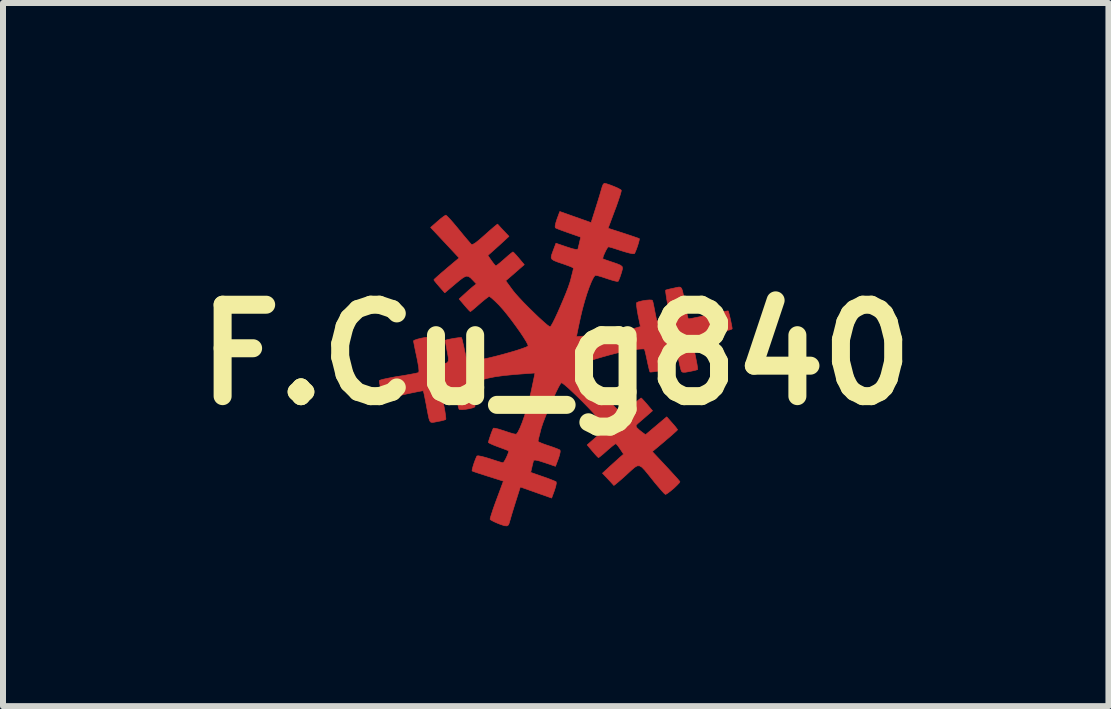
<source format=kicad_pcb>
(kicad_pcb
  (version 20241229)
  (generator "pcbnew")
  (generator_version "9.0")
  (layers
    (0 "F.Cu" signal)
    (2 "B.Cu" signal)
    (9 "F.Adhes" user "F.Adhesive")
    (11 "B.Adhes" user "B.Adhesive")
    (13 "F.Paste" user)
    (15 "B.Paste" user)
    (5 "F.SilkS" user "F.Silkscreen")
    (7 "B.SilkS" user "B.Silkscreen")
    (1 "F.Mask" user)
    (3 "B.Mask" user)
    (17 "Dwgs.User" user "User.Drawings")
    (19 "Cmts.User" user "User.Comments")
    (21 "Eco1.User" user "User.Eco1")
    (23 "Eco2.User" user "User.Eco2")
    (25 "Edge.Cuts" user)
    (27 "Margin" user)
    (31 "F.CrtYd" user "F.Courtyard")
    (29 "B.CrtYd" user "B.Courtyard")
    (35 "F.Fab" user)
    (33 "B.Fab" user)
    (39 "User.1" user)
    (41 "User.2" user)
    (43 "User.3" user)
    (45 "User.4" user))
  (footprint "F.Cu_g840"
    (layer "F.Cu")
    (at 6.212 2.863)
    (property "Reference" "F.Cu_g840" (at 0 0 0) (layer "F.SilkS") (effects (font (size 1.524 1.524) (thickness 0.3))))
    (attr through_hole)
    (fp_poly (pts (xy 0.849 -2.85) (xy 0.908 -2.83) (xy 0.975 -2.804) (xy 1.037 -2.777) (xy 1.08 -2.753) (xy 1.093 -2.742) (xy 1.089 -2.715) (xy 1.072 -2.656) (xy 1.044 -2.572) (xy 1.009 -2.471) (xy 0.987 -2.414) (xy 0.873 -2.109) (xy 1.13 -2.026) (xy 1.227 -1.994) (xy 1.309 -1.966) (xy 1.367 -1.946) (xy 1.393 -1.936) (xy 1.394 -1.936) (xy 1.392 -1.913) (xy 1.38 -1.865) (xy 1.361 -1.804) (xy 1.339 -1.745) (xy 1.32 -1.7) (xy 1.312 -1.686) (xy 1.286 -1.684) (xy 1.229 -1.695) (xy 1.152 -1.716) (xy 1.097 -1.733) (xy 1.011 -1.761) (xy 0.939 -1.784) (xy 0.891 -1.797) (xy 0.878 -1.799) (xy 0.861 -1.782) (xy 0.836 -1.739) (xy 0.811 -1.686) (xy 0.791 -1.637) (xy 0.784 -1.604) (xy 0.786 -1.6) (xy 0.808 -1.59) (xy 0.86 -1.572) (xy 0.93 -1.548) (xy 0.931 -1.548) (xy 1.022 -1.517) (xy 1.079 -1.493) (xy 1.108 -1.469) (xy 1.113 -1.437) (xy 1.102 -1.391) (xy 1.09 -1.352) (xy 1.068 -1.287) (xy 1.048 -1.239) (xy 1.04 -1.224) (xy 1.015 -1.224) (xy 0.961 -1.236) (xy 0.887 -1.259) (xy 0.85 -1.271) (xy 0.77 -1.298) (xy 0.704 -1.317) (xy 0.664 -1.324) (xy 0.657 -1.324) (xy 0.631 -1.29) (xy 0.597 -1.223) (xy 0.559 -1.129) (xy 0.519 -1.015) (xy 0.48 -0.888) (xy 0.444 -0.756) (xy 0.415 -0.635) (xy 0.391 -0.523) (xy 0.371 -0.428) (xy 0.356 -0.355) (xy 0.348 -0.312) (xy 0.347 -0.303) (xy 0.368 -0.304) (xy 0.423 -0.308) (xy 0.507 -0.314) (xy 0.612 -0.322) (xy 0.693 -0.329) (xy 0.878 -0.347) (xy 1.03 -0.369) (xy 1.158 -0.396) (xy 1.224 -0.414) (xy 1.412 -0.47) (xy 1.372 -0.662) (xy 1.357 -0.748) (xy 1.348 -0.817) (xy 1.346 -0.86) (xy 1.349 -0.869) (xy 1.383 -0.884) (xy 1.439 -0.898) (xy 1.504 -0.909) (xy 1.564 -0.914) (xy 1.603 -0.911) (xy 1.611 -0.907) (xy 1.621 -0.877) (xy 1.634 -0.817) (xy 1.649 -0.741) (xy 1.65 -0.734) (xy 1.665 -0.658) (xy 1.677 -0.599) (xy 1.685 -0.569) (xy 1.685 -0.568) (xy 1.707 -0.567) (xy 1.754 -0.575) (xy 1.811 -0.589) (xy 1.863 -0.605) (xy 1.895 -0.619) (xy 1.898 -0.621) (xy 1.897 -0.643) (xy 1.89 -0.698) (xy 1.877 -0.777) (xy 1.864 -0.848) (xy 1.848 -0.939) (xy 1.837 -1.014) (xy 1.831 -1.062) (xy 1.832 -1.077) (xy 1.855 -1.085) (xy 1.907 -1.098) (xy 1.968 -1.111) (xy 2.019 -1.123) (xy 2.055 -1.129) (xy 2.081 -1.125) (xy 2.099 -1.104) (xy 2.114 -1.062) (xy 2.129 -0.992) (xy 2.148 -0.888) (xy 2.159 -0.828) (xy 2.177 -0.737) (xy 2.192 -0.662) (xy 2.204 -0.614) (xy 2.209 -0.599) (xy 2.231 -0.601) (xy 2.287 -0.611) (xy 2.371 -0.628) (xy 2.474 -0.65) (xy 2.542 -0.665) (xy 2.653 -0.69) (xy 2.749 -0.71) (xy 2.822 -0.724) (xy 2.866 -0.731) (xy 2.875 -0.73) (xy 2.883 -0.707) (xy 2.896 -0.656) (xy 2.912 -0.589) (xy 2.926 -0.521) (xy 2.937 -0.464) (xy 2.941 -0.433) (xy 2.922 -0.421) (xy 2.867 -0.406) (xy 2.782 -0.388) (xy 2.676 -0.368) (xy 2.625 -0.36) (xy 2.513 -0.342) (xy 2.415 -0.324) (xy 2.34 -0.31) (xy 2.294 -0.299) (xy 2.286 -0.296) (xy 2.279 -0.268) (xy 2.286 -0.201) (xy 2.305 -0.093) (xy 2.319 -0.023) (xy 2.339 0.076) (xy 2.355 0.159) (xy 2.364 0.218) (xy 2.366 0.244) (xy 2.366 0.245) (xy 2.342 0.254) (xy 2.289 0.267) (xy 2.235 0.278) (xy 2.161 0.291) (xy 2.118 0.291) (xy 2.098 0.279) (xy 2.097 0.277) (xy 2.086 0.247) (xy 2.07 0.185) (xy 2.052 0.102) (xy 2.042 0.052) (xy 2.002 -0.148) (xy 1.917 -0.148) (xy 1.85 -0.145) (xy 1.809 -0.133) (xy 1.79 -0.104) (xy 1.79 -0.05) (xy 1.804 0.036) (xy 1.81 0.062) (xy 1.825 0.142) (xy 1.835 0.204) (xy 1.839 0.238) (xy 1.838 0.242) (xy 1.812 0.251) (xy 1.76 0.262) (xy 1.695 0.274) (xy 1.633 0.283) (xy 1.587 0.288) (xy 1.571 0.287) (xy 1.562 0.263) (xy 1.549 0.208) (xy 1.531 0.131) (xy 1.524 0.095) (xy 1.506 0.013) (xy 1.491 -0.052) (xy 1.48 -0.09) (xy 1.478 -0.096) (xy 1.454 -0.098) (xy 1.398 -0.095) (xy 1.321 -0.088) (xy 1.279 -0.083) (xy 1.209 -0.072) (xy 1.114 -0.052) (xy 1.003 -0.025) (xy 0.885 0.006) (xy 0.767 0.039) (xy 0.658 0.071) (xy 0.565 0.101) (xy 0.497 0.127) (xy 0.462 0.145) (xy 0.461 0.146) (xy 0.465 0.168) (xy 0.492 0.218) (xy 0.535 0.289) (xy 0.592 0.374) (xy 0.657 0.467) (xy 0.726 0.562) (xy 0.794 0.653) (xy 0.858 0.733) (xy 0.913 0.796) (xy 0.927 0.811) (xy 1.003 0.888) (xy 1.057 0.935) (xy 1.101 0.955) (xy 1.142 0.949) (xy 1.191 0.917) (xy 1.256 0.86) (xy 1.27 0.848) (xy 1.334 0.792) (xy 1.386 0.748) (xy 1.418 0.723) (xy 1.424 0.72) (xy 1.441 0.735) (xy 1.477 0.774) (xy 1.523 0.826) (xy 1.613 0.933) (xy 1.514 1.02) (xy 1.453 1.073) (xy 1.398 1.12) (xy 1.37 1.144) (xy 1.34 1.174) (xy 1.342 1.2) (xy 1.353 1.216) (xy 1.392 1.253) (xy 1.44 1.291) (xy 1.497 1.332) (xy 1.85 1.034) (xy 1.94 1.136) (xy 1.987 1.19) (xy 2.019 1.231) (xy 2.031 1.249) (xy 2.016 1.266) (xy 1.974 1.304) (xy 1.912 1.359) (xy 1.835 1.424) (xy 1.821 1.437) (xy 1.61 1.614) (xy 1.837 1.856) (xy 1.915 1.94) (xy 1.982 2.014) (xy 2.034 2.071) (xy 2.064 2.107) (xy 2.07 2.115) (xy 2.058 2.136) (xy 2.022 2.174) (xy 1.973 2.221) (xy 1.918 2.267) (xy 1.869 2.305) (xy 1.835 2.326) (xy 1.829 2.327) (xy 1.809 2.312) (xy 1.769 2.269) (xy 1.713 2.204) (xy 1.647 2.126) (xy 1.63 2.104) (xy 1.545 1.998) (xy 1.482 1.921) (xy 1.434 1.872) (xy 1.394 1.85) (xy 1.356 1.852) (xy 1.313 1.878) (xy 1.258 1.926) (xy 1.184 1.994) (xy 1.176 2.002) (xy 1.1 2.07) (xy 1.036 2.125) (xy 0.99 2.163) (xy 0.969 2.178) (xy 0.968 2.177) (xy 0.952 2.159) (xy 0.915 2.118) (xy 0.871 2.071) (xy 0.779 1.974) (xy 0.882 1.879) (xy 0.95 1.817) (xy 1.018 1.756) (xy 1.057 1.72) (xy 1.131 1.656) (xy 1.073 1.569) (xy 1.037 1.518) (xy 1.009 1.487) (xy 1 1.482) (xy 0.978 1.495) (xy 0.933 1.53) (xy 0.874 1.58) (xy 0.854 1.598) (xy 0.793 1.652) (xy 0.744 1.692) (xy 0.716 1.713) (xy 0.713 1.714) (xy 0.695 1.7) (xy 0.658 1.66) (xy 0.613 1.608) (xy 0.524 1.502) (xy 0.617 1.421) (xy 0.681 1.365) (xy 0.743 1.311) (xy 0.771 1.287) (xy 0.833 1.234) (xy 0.715 1.073) (xy 0.672 1.02) (xy 0.61 0.95) (xy 0.534 0.87) (xy 0.45 0.784) (xy 0.363 0.698) (xy 0.28 0.619) (xy 0.206 0.55) (xy 0.146 0.499) (xy 0.107 0.47) (xy 0.096 0.466) (xy 0.079 0.484) (xy 0.049 0.535) (xy 0.011 0.611) (xy -0.033 0.706) (xy -0.081 0.812) (xy -0.128 0.921) (xy -0.171 1.028) (xy -0.209 1.125) (xy -0.236 1.205) (xy -0.246 1.238) (xy -0.267 1.323) (xy -0.285 1.392) (xy -0.294 1.434) (xy -0.296 1.443) (xy -0.277 1.455) (xy -0.228 1.477) (xy -0.156 1.503) (xy -0.122 1.514) (xy -0.04 1.542) (xy 0.026 1.567) (xy 0.066 1.585) (xy 0.072 1.589) (xy 0.075 1.617) (xy 0.063 1.673) (xy 0.044 1.732) (xy -0.004 1.859) (xy -0.183 1.798) (xy -0.277 1.768) (xy -0.337 1.755) (xy -0.366 1.758) (xy -0.37 1.763) (xy -0.379 1.799) (xy -0.393 1.856) (xy -0.397 1.874) (xy -0.417 1.96) (xy -0.214 2.031) (xy -0.126 2.062) (xy -0.054 2.09) (xy -0.006 2.11) (xy 0.007 2.117) (xy 0.01 2.144) (xy -0.001 2.198) (xy -0.021 2.261) (xy -0.068 2.388) (xy -0.59 2.203) (xy -0.675 2.472) (xy -0.708 2.578) (xy -0.737 2.673) (xy -0.759 2.749) (xy -0.773 2.796) (xy -0.773 2.799) (xy -0.787 2.835) (xy -0.812 2.852) (xy -0.855 2.849) (xy -0.924 2.826) (xy -0.972 2.807) (xy -1.035 2.779) (xy -1.08 2.754) (xy -1.094 2.741) (xy -1.089 2.715) (xy -1.071 2.656) (xy -1.044 2.573) (xy -1.008 2.472) (xy -0.986 2.413) (xy -0.872 2.106) (xy -1.129 2.025) (xy -1.227 1.993) (xy -1.308 1.967) (xy -1.367 1.947) (xy -1.393 1.936) (xy -1.394 1.936) (xy -1.392 1.913) (xy -1.38 1.865) (xy -1.361 1.804) (xy -1.339 1.745) (xy -1.32 1.7) (xy -1.312 1.686) (xy -1.286 1.684) (xy -1.229 1.695) (xy -1.152 1.716) (xy -1.097 1.733) (xy -1.011 1.761) (xy -0.939 1.784) (xy -0.891 1.797) (xy -0.878 1.799) (xy -0.861 1.782) (xy -0.836 1.74) (xy -0.811 1.687) (xy -0.791 1.637) (xy -0.784 1.605) (xy -0.786 1.6) (xy -0.808 1.591) (xy -0.86 1.571) (xy -0.933 1.544) (xy -0.958 1.535) (xy -1.033 1.506) (xy -1.09 1.481) (xy -1.12 1.464) (xy -1.122 1.461) (xy -1.115 1.43) (xy -1.098 1.376) (xy -1.077 1.314) (xy -1.056 1.259) (xy -1.041 1.226) (xy -1.04 1.223) (xy -1.015 1.224) (xy -0.961 1.236) (xy -0.887 1.259) (xy -0.85 1.271) (xy -0.77 1.298) (xy -0.704 1.317) (xy -0.664 1.324) (xy -0.657 1.324) (xy -0.631 1.29) (xy -0.597 1.223) (xy -0.559 1.129) (xy -0.519 1.015) (xy -0.48 0.888) (xy -0.444 0.756) (xy -0.415 0.635) (xy -0.391 0.524) (xy -0.371 0.428) (xy -0.356 0.355) (xy -0.348 0.313) (xy -0.347 0.304) (xy -0.368 0.305) (xy -0.423 0.309) (xy -0.507 0.315) (xy -0.612 0.323) (xy -0.688 0.329) (xy -0.865 0.346) (xy -1.01 0.366) (xy -1.135 0.391) (xy -1.219 0.414) (xy -1.412 0.471) (xy -1.372 0.663) (xy -1.357 0.748) (xy -1.348 0.817) (xy -1.346 0.86) (xy -1.349 0.869) (xy -1.383 0.884) (xy -1.439 0.898) (xy -1.504 0.909) (xy -1.564 0.914) (xy -1.603 0.911) (xy -1.611 0.907) (xy -1.621 0.877) (xy -1.634 0.817) (xy -1.649 0.741) (xy -1.65 0.734) (xy -1.665 0.658) (xy -1.677 0.599) (xy -1.685 0.569) (xy -1.686 0.568) (xy -1.707 0.567) (xy -1.754 0.576) (xy -1.811 0.591) (xy -1.864 0.608) (xy -1.898 0.623) (xy -1.9 0.624) (xy -1.899 0.646) (xy -1.89 0.7) (xy -1.877 0.777) (xy -1.864 0.848) (xy -1.847 0.939) (xy -1.836 1.014) (xy -1.831 1.063) (xy -1.833 1.078) (xy -1.859 1.088) (xy -1.913 1.102) (xy -1.971 1.113) (xy -2.021 1.123) (xy -2.057 1.128) (xy -2.082 1.123) (xy -2.1 1.102) (xy -2.114 1.059) (xy -2.129 0.988) (xy -2.149 0.884) (xy -2.159 0.828) (xy -2.177 0.737) (xy -2.192 0.662) (xy -2.203 0.614) (xy -2.208 0.6) (xy -2.23 0.602) (xy -2.286 0.612) (xy -2.369 0.629) (xy -2.472 0.65) (xy -2.541 0.666) (xy -2.653 0.69) (xy -2.749 0.71) (xy -2.822 0.724) (xy -2.866 0.73) (xy -2.875 0.73) (xy -2.883 0.707) (xy -2.896 0.656) (xy -2.912 0.589) (xy -2.926 0.521) (xy -2.937 0.464) (xy -2.941 0.433) (xy -2.922 0.421) (xy -2.867 0.406) (xy -2.782 0.388) (xy -2.676 0.368) (xy -2.625 0.36) (xy -2.513 0.342) (xy -2.415 0.324) (xy -2.34 0.31) (xy -2.294 0.299) (xy -2.285 0.296) (xy -2.279 0.269) (xy -2.285 0.203) (xy -2.304 0.097) (xy -2.317 0.034) (xy -2.338 -0.064) (xy -2.355 -0.147) (xy -2.366 -0.206) (xy -2.371 -0.232) (xy -2.352 -0.244) (xy -2.302 -0.261) (xy -2.242 -0.276) (xy -2.166 -0.29) (xy -2.121 -0.291) (xy -2.099 -0.281) (xy -2.097 -0.277) (xy -2.086 -0.247) (xy -2.07 -0.185) (xy -2.052 -0.102) (xy -2.042 -0.052) (xy -2.002 0.148) (xy -1.917 0.148) (xy -1.85 0.145) (xy -1.809 0.133) (xy -1.79 0.104) (xy -1.79 0.05) (xy -1.804 -0.036) (xy -1.81 -0.062) (xy -1.825 -0.142) (xy -1.835 -0.204) (xy -1.839 -0.238) (xy -1.838 -0.242) (xy -1.812 -0.251) (xy -1.76 -0.262) (xy -1.695 -0.274) (xy -1.633 -0.283) (xy -1.587 -0.288) (xy -1.571 -0.287) (xy -1.562 -0.263) (xy -1.549 -0.208) (xy -1.531 -0.131) (xy -1.524 -0.095) (xy -1.506 -0.013) (xy -1.491 0.052) (xy -1.48 0.09) (xy -1.478 0.096) (xy -1.454 0.098) (xy -1.398 0.095) (xy -1.321 0.088) (xy -1.279 0.084) (xy -1.208 0.072) (xy -1.113 0.052) (xy -1.002 0.025) (xy -0.884 -0.006) (xy -0.766 -0.039) (xy -0.657 -0.071) (xy -0.564 -0.102) (xy -0.496 -0.127) (xy -0.461 -0.145) (xy -0.46 -0.146) (xy -0.465 -0.169) (xy -0.491 -0.22) (xy -0.535 -0.291) (xy -0.592 -0.377) (xy -0.659 -0.471) (xy -0.73 -0.568) (xy -0.802 -0.661) (xy -0.87 -0.745) (xy -0.93 -0.812) (xy -0.947 -0.831) (xy -1.01 -0.893) (xy -1.063 -0.941) (xy -1.099 -0.969) (xy -1.108 -0.974) (xy -1.131 -0.96) (xy -1.177 -0.925) (xy -1.239 -0.874) (xy -1.27 -0.847) (xy -1.334 -0.791) (xy -1.386 -0.747) (xy -1.417 -0.723) (xy -1.423 -0.72) (xy -1.441 -0.735) (xy -1.477 -0.774) (xy -1.521 -0.825) (xy -1.61 -0.93) (xy -1.519 -1.013) (xy -1.459 -1.068) (xy -1.402 -1.117) (xy -1.376 -1.139) (xy -1.323 -1.182) (xy -1.376 -1.238) (xy -1.42 -1.283) (xy -1.456 -1.307) (xy -1.493 -1.31) (xy -1.538 -1.289) (xy -1.6 -1.243) (xy -1.673 -1.182) (xy -1.849 -1.033) (xy -1.94 -1.136) (xy -1.986 -1.19) (xy -2.019 -1.231) (xy -2.031 -1.249) (xy -2.016 -1.266) (xy -1.974 -1.304) (xy -1.912 -1.359) (xy -1.835 -1.424) (xy -1.821 -1.437) (xy -1.61 -1.614) (xy -1.847 -1.868) (xy -2.085 -2.122) (xy -1.968 -2.225) (xy -1.909 -2.275) (xy -1.861 -2.311) (xy -1.832 -2.327) (xy -1.831 -2.327) (xy -1.811 -2.311) (xy -1.769 -2.268) (xy -1.712 -2.204) (xy -1.645 -2.124) (xy -1.619 -2.093) (xy -1.549 -2.007) (xy -1.487 -1.933) (xy -1.438 -1.876) (xy -1.409 -1.843) (xy -1.404 -1.839) (xy -1.381 -1.84) (xy -1.337 -1.866) (xy -1.269 -1.92) (xy -1.176 -2.002) (xy -1.1 -2.07) (xy -1.036 -2.125) (xy -0.99 -2.163) (xy -0.969 -2.178) (xy -0.968 -2.177) (xy -0.952 -2.159) (xy -0.915 -2.118) (xy -0.871 -2.071) (xy -0.779 -1.974) (xy -0.882 -1.879) (xy -0.95 -1.817) (xy -1.018 -1.756) (xy -1.058 -1.72) (xy -1.131 -1.656) (xy -1.071 -1.569) (xy -1.034 -1.519) (xy -1.006 -1.487) (xy -0.997 -1.482) (xy -0.977 -1.495) (xy -0.933 -1.53) (xy -0.874 -1.58) (xy -0.854 -1.598) (xy -0.793 -1.652) (xy -0.744 -1.692) (xy -0.716 -1.713) (xy -0.713 -1.714) (xy -0.695 -1.7) (xy -0.658 -1.66) (xy -0.613 -1.608) (xy -0.524 -1.502) (xy -0.617 -1.421) (xy -0.681 -1.365) (xy -0.743 -1.311) (xy -0.771 -1.287) (xy -0.833 -1.234) (xy -0.714 -1.072) (xy -0.672 -1.02) (xy -0.61 -0.951) (xy -0.535 -0.871) (xy -0.451 -0.786) (xy -0.364 -0.701) (xy -0.281 -0.621) (xy -0.206 -0.553) (xy -0.146 -0.501) (xy -0.105 -0.471) (xy -0.093 -0.466) (xy -0.077 -0.484) (xy -0.048 -0.535) (xy -0.01 -0.611) (xy 0.034 -0.706) (xy 0.08 -0.811) (xy 0.127 -0.921) (xy 0.171 -1.027) (xy 0.208 -1.123) (xy 0.235 -1.202) (xy 0.246 -1.238) (xy 0.267 -1.323) (xy 0.285 -1.392) (xy 0.294 -1.434) (xy 0.296 -1.443) (xy 0.278 -1.456) (xy 0.228 -1.477) (xy 0.157 -1.503) (xy 0.132 -1.512) (xy 0.034 -1.545) (xy -0.031 -1.571) (xy -0.065 -1.595) (xy -0.076 -1.624) (xy -0.068 -1.665) (xy -0.047 -1.724) (xy -0.044 -1.732) (xy 0.004 -1.859) (xy 0.183 -1.798) (xy 0.277 -1.768) (xy 0.337 -1.755) (xy 0.366 -1.758) (xy 0.37 -1.763) (xy 0.379 -1.799) (xy 0.393 -1.856) (xy 0.397 -1.875) (xy 0.417 -1.961) (xy 0.214 -2.032) (xy 0.127 -2.063) (xy 0.054 -2.09) (xy 0.006 -2.11) (xy -0.007 -2.118) (xy -0.01 -2.144) (xy 0.001 -2.198) (xy 0.021 -2.261) (xy 0.068 -2.388) (xy 0.59 -2.203) (xy 0.675 -2.472) (xy 0.708 -2.578) (xy 0.737 -2.673) (xy 0.759 -2.749) (xy 0.773 -2.796) (xy 0.773 -2.799) (xy 0.791 -2.841) (xy 0.81 -2.858) (xy 0.849 -2.85)) (stroke (width 0.01) (type solid)) (fill yes) (layer "F.Cu")))
  (gr_rect
    (start -3 -3)
    (end 15.424 8.719)
    (stroke (width 0.1) (type default))
    (fill no)
    (layer "Edge.Cuts")))
</source>
